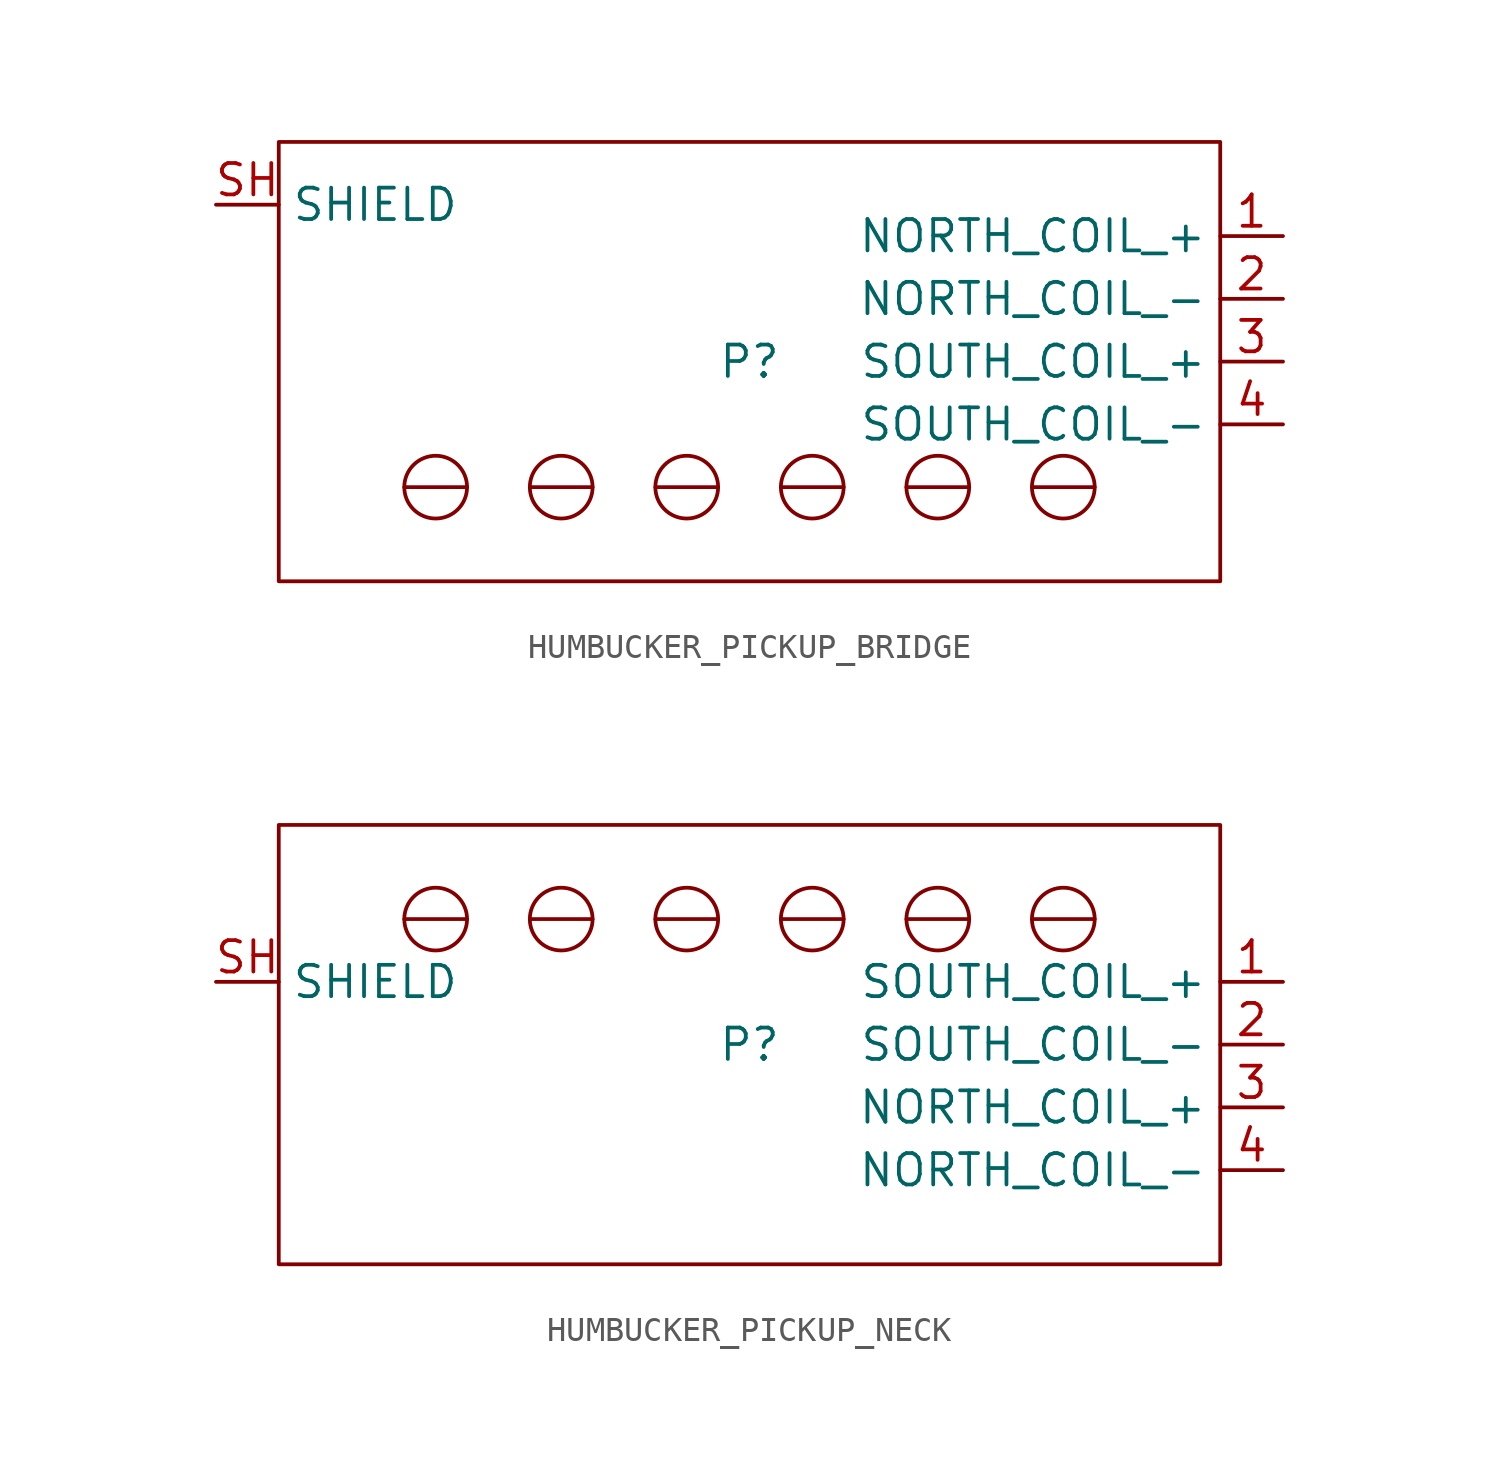
<source format=kicad_sym>
(kicad_symbol_lib
  (version 20241209)
  (generator "kicad_symbol_editor")
  (generator_version "9.0")
  (symbol "HUMBUCKER_PICKUP_BRIDGE"
    (property "Reference" "P"
      (at 0 0 0)
      (effects (font (size 1.27 1.27))))
    (property "Value" ""
      (at 0 0 0)
      (effects (font (size 1.27 1.27))))
    (symbol "HUMBUCKER_PICKUP_BRIDGE_0_1"
      (rectangle (start -19.05 -8.89) (end 19.05 8.89) (stroke (width 0) (type default)) (fill (type none)))
      (polyline (pts (xy -13.97 -5.08) (xy -11.43 -5.08)) (stroke (width 0) (type default)) (fill (type none)))
      (circle (center -12.7 -5.08) (radius 1.27) (stroke (width 0) (type default)) (fill (type none)))
      (polyline (pts (xy -8.89 -5.08) (xy -6.35 -5.08)) (stroke (width 0) (type default)) (fill (type none)))
      (circle (center -7.62 -5.08) (radius 1.27) (stroke (width 0) (type default)) (fill (type none)))
      (polyline (pts (xy -3.81 -5.08) (xy -1.27 -5.08)) (stroke (width 0) (type default)) (fill (type none)))
      (circle (center -2.54 -5.08) (radius 1.27) (stroke (width 0) (type default)) (fill (type none)))
      (polyline (pts (xy 1.27 -5.08) (xy 3.81 -5.08)) (stroke (width 0) (type default)) (fill (type none)))
      (circle (center 2.54 -5.08) (radius 1.27) (stroke (width 0) (type default)) (fill (type none)))
      (polyline (pts (xy 6.35 -5.08) (xy 8.89 -5.08)) (stroke (width 0) (type default)) (fill (type none)))
      (circle (center 7.62 -5.08) (radius 1.27) (stroke (width 0) (type default)) (fill (type none)))
      (polyline (pts (xy 11.43 -5.08) (xy 13.97 -5.08)) (stroke (width 0) (type default)) (fill (type none)))
      (circle (center 12.7 -5.08) (radius 1.27) (stroke (width 0) (type default)) (fill (type none))))
    (symbol "HUMBUCKER_PICKUP_BRIDGE_1_1"
      (pin passive line (at -21.59 6.35 0) (length 2.54) (name "SHIELD" (effects (font (size 1.27 1.27)))) (number "SH" (effects (font (size 1.27 1.27)))))
      (pin passive line (at 21.59 5.08 180) (length 2.54) (name "NORTH_COIL_+" (effects (font (size 1.27 1.27)))) (number "1" (effects (font (size 1.27 1.27)))))
      (pin passive line (at 21.59 2.54 180) (length 2.54) (name "NORTH_COIL_-" (effects (font (size 1.27 1.27)))) (number "2" (effects (font (size 1.27 1.27)))))
      (pin passive line (at 21.59 0 180) (length 2.54) (name "SOUTH_COIL_+" (effects (font (size 1.27 1.27)))) (number "3" (effects (font (size 1.27 1.27)))))
      (pin passive line (at 21.59 -2.54 180) (length 2.54) (name "SOUTH_COIL_-" (effects (font (size 1.27 1.27)))) (number "4" (effects (font (size 1.27 1.27)))))))
  (symbol "HUMBUCKER_PICKUP_NECK"
    (property "Reference" "P"
      (at 0 0 0)
      (effects (font (size 1.27 1.27))))
    (property "Value" ""
      (at 0 0 0)
      (effects (font (size 1.27 1.27))))
    (symbol "HUMBUCKER_PICKUP_NECK_0_1"
      (rectangle (start -19.05 8.89) (end 19.05 -8.89) (stroke (width 0) (type default)) (fill (type none)))
      (polyline (pts (xy -13.97 5.08) (xy -11.43 5.08)) (stroke (width 0) (type default)) (fill (type none)))
      (circle (center -12.7 5.08) (radius 1.27) (stroke (width 0) (type default)) (fill (type none)))
      (polyline (pts (xy -8.89 5.08) (xy -6.35 5.08)) (stroke (width 0) (type default)) (fill (type none)))
      (circle (center -7.62 5.08) (radius 1.27) (stroke (width 0) (type default)) (fill (type none)))
      (polyline (pts (xy -3.81 5.08) (xy -1.27 5.08)) (stroke (width 0) (type default)) (fill (type none)))
      (circle (center -2.54 5.08) (radius 1.27) (stroke (width 0) (type default)) (fill (type none)))
      (polyline (pts (xy 1.27 5.08) (xy 3.81 5.08)) (stroke (width 0) (type default)) (fill (type none)))
      (circle (center 2.54 5.08) (radius 1.27) (stroke (width 0) (type default)) (fill (type none)))
      (polyline (pts (xy 6.35 5.08) (xy 8.89 5.08)) (stroke (width 0) (type default)) (fill (type none)))
      (circle (center 7.62 5.08) (radius 1.27) (stroke (width 0) (type default)) (fill (type none)))
      (polyline (pts (xy 11.43 5.08) (xy 13.97 5.08)) (stroke (width 0) (type default)) (fill (type none)))
      (circle (center 12.7 5.08) (radius 1.27) (stroke (width 0) (type default)) (fill (type none))))
    (symbol "HUMBUCKER_PICKUP_NECK_1_1"
      (pin passive line (at -21.59 2.54 0) (length 2.54) (name "SHIELD" (effects (font (size 1.27 1.27)))) (number "SH" (effects (font (size 1.27 1.27)))))
      (pin passive line (at 21.59 2.54 180) (length 2.54) (name "SOUTH_COIL_+" (effects (font (size 1.27 1.27)))) (number "1" (effects (font (size 1.27 1.27)))))
      (pin passive line (at 21.59 0 180) (length 2.54) (name "SOUTH_COIL_-" (effects (font (size 1.27 1.27)))) (number "2" (effects (font (size 1.27 1.27)))))
      (pin passive line (at 21.59 -2.54 180) (length 2.54) (name "NORTH_COIL_+" (effects (font (size 1.27 1.27)))) (number "3" (effects (font (size 1.27 1.27)))))
      (pin passive line (at 21.59 -5.08 180) (length 2.54) (name "NORTH_COIL_-" (effects (font (size 1.27 1.27)))) (number "4" (effects (font (size 1.27 1.27))))))))
</source>
